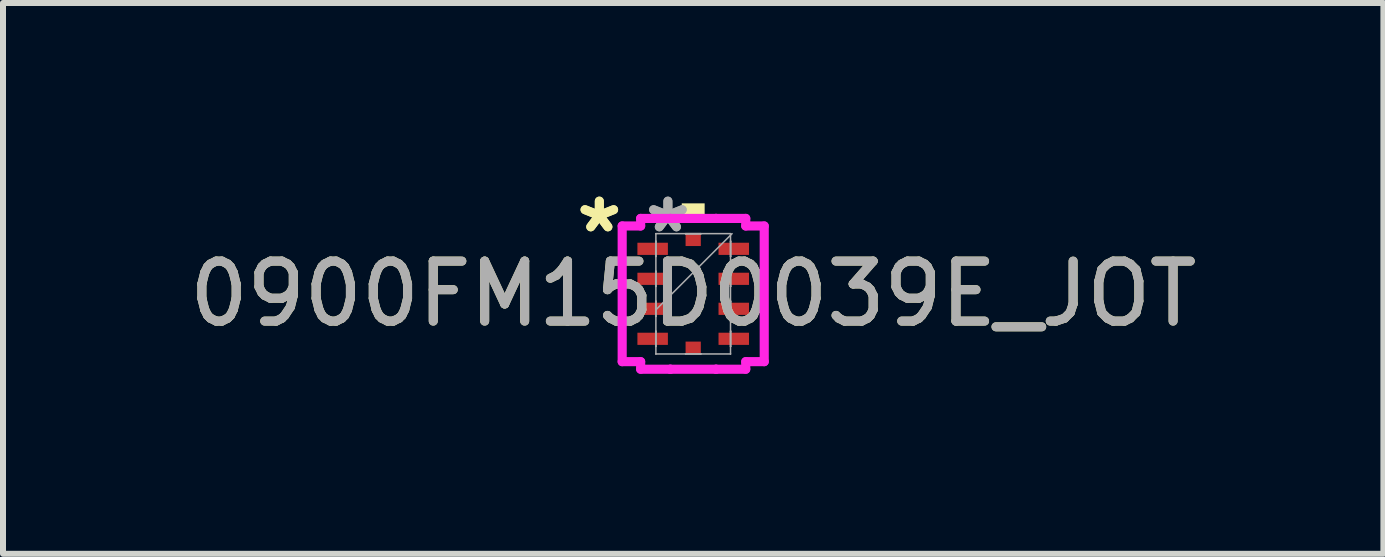
<source format=kicad_pcb>
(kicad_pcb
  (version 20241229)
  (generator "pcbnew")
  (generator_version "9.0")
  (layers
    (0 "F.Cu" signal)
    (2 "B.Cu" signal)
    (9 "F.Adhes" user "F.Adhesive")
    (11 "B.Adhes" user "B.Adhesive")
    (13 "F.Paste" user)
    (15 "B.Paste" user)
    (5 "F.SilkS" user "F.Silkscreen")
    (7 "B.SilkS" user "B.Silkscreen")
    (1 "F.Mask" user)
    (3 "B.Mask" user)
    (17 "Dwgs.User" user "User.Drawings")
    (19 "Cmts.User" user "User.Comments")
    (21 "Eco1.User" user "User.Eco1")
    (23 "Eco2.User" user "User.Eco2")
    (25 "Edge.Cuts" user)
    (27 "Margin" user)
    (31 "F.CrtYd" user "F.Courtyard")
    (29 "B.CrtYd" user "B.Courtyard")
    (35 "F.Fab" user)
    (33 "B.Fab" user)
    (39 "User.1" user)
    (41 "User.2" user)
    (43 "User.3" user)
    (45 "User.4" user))
  (footprint "0900FM15D0039E_JOT"
    (layer "F.Cu")
    (at 8.506 1.848)
    (property "Reference" "0900FM15D0039E_JOT" (at 0 0 0) (unlocked yes) (layer "F.SilkS") (effects (font (size 1 1) (thickness 0.15))))
    (attr smd)
    (fp_poly (pts (xy -0.191 -1.254) (xy -0.191 -1.508) (xy 0.191 -1.508) (xy 0.191 -1.254)) (stroke (width 0) (type solid)) (fill yes) (layer "F.SilkS"))
    (fp_line (start -1.184 -1.131) (end -0.876 -1.131) (stroke (width 0.152) (type solid)) (layer "F.CrtYd"))
    (fp_line (start -1.184 1.131) (end -1.184 -1.131) (stroke (width 0.152) (type solid)) (layer "F.CrtYd"))
    (fp_line (start -0.876 -1.257) (end -0.381 -1.257) (stroke (width 0.152) (type solid)) (layer "F.CrtYd"))
    (fp_line (start -0.876 -1.131) (end -0.876 -1.257) (stroke (width 0.152) (type solid)) (layer "F.CrtYd"))
    (fp_line (start -0.876 1.131) (end -1.184 1.131) (stroke (width 0.152) (type solid)) (layer "F.CrtYd"))
    (fp_line (start -0.876 1.257) (end -0.876 1.131) (stroke (width 0.152) (type solid)) (layer "F.CrtYd"))
    (fp_line (start -0.381 -1.257) (end -0.381 -1.257) (stroke (width 0.152) (type solid)) (layer "F.CrtYd"))
    (fp_line (start -0.381 -1.257) (end 0.381 -1.257) (stroke (width 0.152) (type solid)) (layer "F.CrtYd"))
    (fp_line (start -0.381 1.257) (end -0.876 1.257) (stroke (width 0.152) (type solid)) (layer "F.CrtYd"))
    (fp_line (start -0.381 1.257) (end -0.381 1.257) (stroke (width 0.152) (type solid)) (layer "F.CrtYd"))
    (fp_line (start 0.381 -1.257) (end 0.381 -1.257) (stroke (width 0.152) (type solid)) (layer "F.CrtYd"))
    (fp_line (start 0.381 -1.257) (end 0.876 -1.257) (stroke (width 0.152) (type solid)) (layer "F.CrtYd"))
    (fp_line (start 0.381 1.257) (end -0.381 1.257) (stroke (width 0.152) (type solid)) (layer "F.CrtYd"))
    (fp_line (start 0.381 1.257) (end 0.381 1.257) (stroke (width 0.152) (type solid)) (layer "F.CrtYd"))
    (fp_line (start 0.876 -1.257) (end 0.876 -1.131) (stroke (width 0.152) (type solid)) (layer "F.CrtYd"))
    (fp_line (start 0.876 -1.131) (end 1.184 -1.131) (stroke (width 0.152) (type solid)) (layer "F.CrtYd"))
    (fp_line (start 0.876 1.131) (end 0.876 1.257) (stroke (width 0.152) (type solid)) (layer "F.CrtYd"))
    (fp_line (start 0.876 1.257) (end 0.381 1.257) (stroke (width 0.152) (type solid)) (layer "F.CrtYd"))
    (fp_line (start 1.184 -1.131) (end 1.184 1.131) (stroke (width 0.152) (type solid)) (layer "F.CrtYd"))
    (fp_line (start 1.184 1.131) (end 0.876 1.131) (stroke (width 0.152) (type solid)) (layer "F.CrtYd"))
    (fp_line (start -0.625 -0.877) (end -0.625 -0.623) (stroke (width 0.025) (type solid)) (layer "F.Fab"))
    (fp_line (start -0.625 -0.623) (end -0.622 -0.623) (stroke (width 0.025) (type solid)) (layer "F.Fab"))
    (fp_line (start -0.625 -0.377) (end -0.625 -0.123) (stroke (width 0.025) (type solid)) (layer "F.Fab"))
    (fp_line (start -0.625 -0.123) (end -0.622 -0.123) (stroke (width 0.025) (type solid)) (layer "F.Fab"))
    (fp_line (start -0.625 0.123) (end -0.625 0.377) (stroke (width 0.025) (type solid)) (layer "F.Fab"))
    (fp_line (start -0.625 0.377) (end -0.622 0.377) (stroke (width 0.025) (type solid)) (layer "F.Fab"))
    (fp_line (start -0.625 0.623) (end -0.625 0.877) (stroke (width 0.025) (type solid)) (layer "F.Fab"))
    (fp_line (start -0.625 0.877) (end -0.622 0.877) (stroke (width 0.025) (type solid)) (layer "F.Fab"))
    (fp_line (start -0.622 -1.003) (end -0.622 -1.003) (stroke (width 0.025) (type solid)) (layer "F.Fab"))
    (fp_line (start -0.622 -1.003) (end -0.622 1.003) (stroke (width 0.025) (type solid)) (layer "F.Fab"))
    (fp_line (start -0.622 -0.877) (end -0.625 -0.877) (stroke (width 0.025) (type solid)) (layer "F.Fab"))
    (fp_line (start -0.622 -0.623) (end -0.622 -0.877) (stroke (width 0.025) (type solid)) (layer "F.Fab"))
    (fp_line (start -0.622 -0.377) (end -0.625 -0.377) (stroke (width 0.025) (type solid)) (layer "F.Fab"))
    (fp_line (start -0.622 -0.123) (end -0.622 -0.377) (stroke (width 0.025) (type solid)) (layer "F.Fab"))
    (fp_line (start -0.622 0.123) (end -0.625 0.123) (stroke (width 0.025) (type solid)) (layer "F.Fab"))
    (fp_line (start -0.622 0.267) (end 0.648 -1.003) (stroke (width 0.025) (type solid)) (layer "F.Fab"))
    (fp_line (start -0.622 0.377) (end -0.622 0.123) (stroke (width 0.025) (type solid)) (layer "F.Fab"))
    (fp_line (start -0.622 0.623) (end -0.625 0.623) (stroke (width 0.025) (type solid)) (layer "F.Fab"))
    (fp_line (start -0.622 0.877) (end -0.622 0.623) (stroke (width 0.025) (type solid)) (layer "F.Fab"))
    (fp_line (start -0.622 1.003) (end -0.622 1.003) (stroke (width 0.025) (type solid)) (layer "F.Fab"))
    (fp_line (start -0.622 1.003) (end 0.622 1.003) (stroke (width 0.025) (type solid)) (layer "F.Fab"))
    (fp_line (start -0.127 -1.003) (end 0.127 -1.003) (stroke (width 0.025) (type solid)) (layer "F.Fab"))
    (fp_line (start -0.127 -1) (end -0.127 -1.003) (stroke (width 0.025) (type solid)) (layer "F.Fab"))
    (fp_line (start -0.127 1) (end 0.127 1) (stroke (width 0.025) (type solid)) (layer "F.Fab"))
    (fp_line (start -0.127 1.003) (end -0.127 1) (stroke (width 0.025) (type solid)) (layer "F.Fab"))
    (fp_line (start 0.127 -1.003) (end 0.127 -1) (stroke (width 0.025) (type solid)) (layer "F.Fab"))
    (fp_line (start 0.127 -1) (end -0.127 -1) (stroke (width 0.025) (type solid)) (layer "F.Fab"))
    (fp_line (start 0.127 1) (end 0.127 1.003) (stroke (width 0.025) (type solid)) (layer "F.Fab"))
    (fp_line (start 0.127 1.003) (end -0.127 1.003) (stroke (width 0.025) (type solid)) (layer "F.Fab"))
    (fp_line (start 0.622 -1.003) (end -0.622 -1.003) (stroke (width 0.025) (type solid)) (layer "F.Fab"))
    (fp_line (start 0.622 -1.003) (end 0.622 -1.003) (stroke (width 0.025) (type solid)) (layer "F.Fab"))
    (fp_line (start 0.622 -0.877) (end 0.622 -0.623) (stroke (width 0.025) (type solid)) (layer "F.Fab"))
    (fp_line (start 0.622 -0.623) (end 0.625 -0.623) (stroke (width 0.025) (type solid)) (layer "F.Fab"))
    (fp_line (start 0.622 -0.377) (end 0.622 -0.123) (stroke (width 0.025) (type solid)) (layer "F.Fab"))
    (fp_line (start 0.622 -0.123) (end 0.625 -0.123) (stroke (width 0.025) (type solid)) (layer "F.Fab"))
    (fp_line (start 0.622 0.123) (end 0.622 0.377) (stroke (width 0.025) (type solid)) (layer "F.Fab"))
    (fp_line (start 0.622 0.377) (end 0.625 0.377) (stroke (width 0.025) (type solid)) (layer "F.Fab"))
    (fp_line (start 0.622 0.623) (end 0.622 0.877) (stroke (width 0.025) (type solid)) (layer "F.Fab"))
    (fp_line (start 0.622 0.877) (end 0.625 0.877) (stroke (width 0.025) (type solid)) (layer "F.Fab"))
    (fp_line (start 0.622 1.003) (end 0.622 -1.003) (stroke (width 0.025) (type solid)) (layer "F.Fab"))
    (fp_line (start 0.622 1.003) (end 0.622 1.003) (stroke (width 0.025) (type solid)) (layer "F.Fab"))
    (fp_line (start 0.625 -0.877) (end 0.622 -0.877) (stroke (width 0.025) (type solid)) (layer "F.Fab"))
    (fp_line (start 0.625 -0.623) (end 0.625 -0.877) (stroke (width 0.025) (type solid)) (layer "F.Fab"))
    (fp_line (start 0.625 -0.377) (end 0.622 -0.377) (stroke (width 0.025) (type solid)) (layer "F.Fab"))
    (fp_line (start 0.625 -0.123) (end 0.625 -0.377) (stroke (width 0.025) (type solid)) (layer "F.Fab"))
    (fp_line (start 0.625 0.123) (end 0.622 0.123) (stroke (width 0.025) (type solid)) (layer "F.Fab"))
    (fp_line (start 0.625 0.377) (end 0.625 0.123) (stroke (width 0.025) (type solid)) (layer "F.Fab"))
    (fp_line (start 0.625 0.623) (end 0.622 0.623) (stroke (width 0.025) (type solid)) (layer "F.Fab"))
    (fp_line (start 0.625 0.877) (end 0.625 0.623) (stroke (width 0.025) (type solid)) (layer "F.Fab"))
    (fp_text user "*" (at -1.565 -1 0) (unlocked yes) (layer "F.SilkS") (effects (font (size 1 1) (thickness 0.15))))
    (fp_text user "*" (at -1.565 -1 0) (layer "F.SilkS") (effects (font (size 1 1) (thickness 0.15))))
    (fp_text user "*" (at -0.422 -1 0) (unlocked yes) (layer "F.Fab") (effects (font (size 1 1) (thickness 0.15))))
    (fp_text user "*" (at -0.422 -1 0) (layer "F.Fab") (effects (font (size 1 1) (thickness 0.15))))
    (fp_text user "${REFERENCE}" (at 0 0 0) (unlocked yes) (layer "F.Fab") (effects (font (size 1 1) (thickness 0.15))))
    (pad "1" smd rect (at -0.676 -0.75 90) (size 0.203 0.508) (layers "F.Cu" "F.Mask" "F.Paste"))
    (pad "2" smd rect (at -0.676 -0.25 90) (size 0.203 0.508) (layers "F.Cu" "F.Mask" "F.Paste"))
    (pad "3" smd rect (at -0.676 0.25 90) (size 0.203 0.508) (layers "F.Cu" "F.Mask" "F.Paste"))
    (pad "4" smd rect (at -0.676 0.75 90) (size 0.203 0.508) (layers "F.Cu" "F.Mask" "F.Paste"))
    (pad "5" smd rect (at 0 0.898) (size 0.254 0.203) (layers "F.Cu" "F.Mask" "F.Paste"))
    (pad "6" smd rect (at 0.676 0.75 90) (size 0.203 0.508) (layers "F.Cu" "F.Mask" "F.Paste"))
    (pad "7" smd rect (at 0.676 0.25 90) (size 0.203 0.508) (layers "F.Cu" "F.Mask" "F.Paste"))
    (pad "8" smd rect (at 0.676 -0.25 90) (size 0.203 0.508) (layers "F.Cu" "F.Mask" "F.Paste"))
    (pad "9" smd rect (at 0.676 -0.75 90) (size 0.203 0.508) (layers "F.Cu" "F.Mask" "F.Paste"))
    (pad "10" smd rect (at 0 -0.898) (size 0.254 0.203) (layers "F.Cu" "F.Mask" "F.Paste")))
  (gr_rect
    (start -3 -3)
    (end 20.012 6.182)
    (stroke (width 0.1) (type default))
    (fill no)
    (layer "Edge.Cuts")))
</source>
